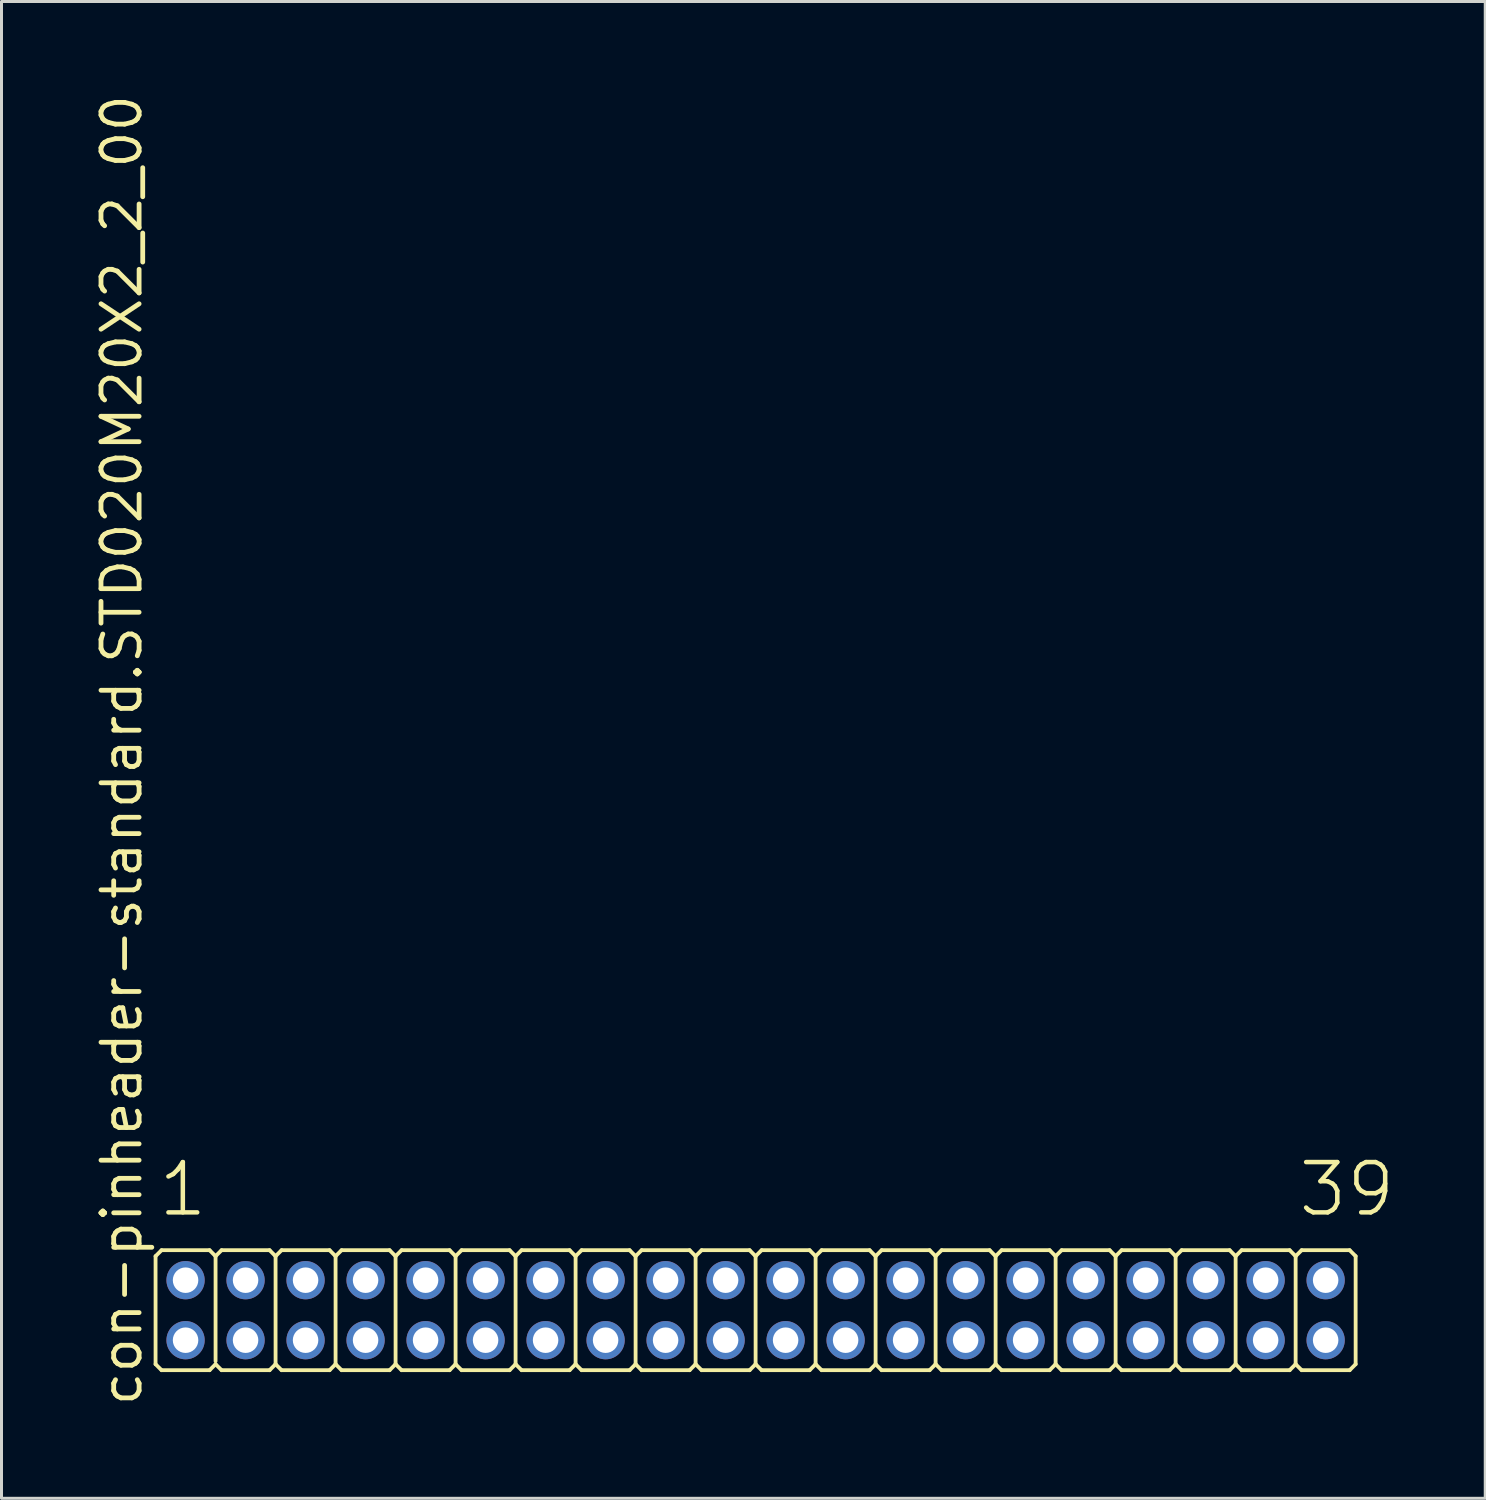
<source format=kicad_pcb>
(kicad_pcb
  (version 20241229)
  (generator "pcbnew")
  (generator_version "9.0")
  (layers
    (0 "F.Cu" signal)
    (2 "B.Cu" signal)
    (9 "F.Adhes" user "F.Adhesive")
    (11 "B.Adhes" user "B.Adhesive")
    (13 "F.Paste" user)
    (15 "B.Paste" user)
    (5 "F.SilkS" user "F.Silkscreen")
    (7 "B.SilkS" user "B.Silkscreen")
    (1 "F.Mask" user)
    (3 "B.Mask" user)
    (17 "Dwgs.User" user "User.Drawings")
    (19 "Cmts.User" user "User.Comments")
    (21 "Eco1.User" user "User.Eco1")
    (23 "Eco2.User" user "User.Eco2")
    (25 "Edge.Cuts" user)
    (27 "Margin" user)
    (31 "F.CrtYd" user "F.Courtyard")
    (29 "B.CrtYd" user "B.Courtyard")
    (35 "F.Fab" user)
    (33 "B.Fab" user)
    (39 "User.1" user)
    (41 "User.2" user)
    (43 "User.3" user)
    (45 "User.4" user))
  (footprint "con-pinheader-standard.STD020M20X2_2_00"
    (layer "F.Cu")
    (at 22.135 40.62)
    (property "Reference" "con-pinheader-standard.STD020M20X2_2_00" (at -20.385 3.27 90) (layer "F.SilkS") (effects (font (size 1.27 1.27) (thickness 0.16)) (justify left bottom)))
    (attr through_hole)
    (fp_line (start -20 1.8) (end -20 -1.8) (stroke (width 0.127) (type default)) (layer "F.SilkS"))
    (fp_line (start -19.8 -2) (end -20 -1.8) (stroke (width 0.127) (type default)) (layer "F.SilkS"))
    (fp_line (start -19.8 -2) (end -18.2 -2) (stroke (width 0.127) (type default)) (layer "F.SilkS"))
    (fp_line (start -19.8 2) (end -20 1.8) (stroke (width 0.127) (type default)) (layer "F.SilkS"))
    (fp_line (start -18.2 -2) (end -18 -1.8) (stroke (width 0.127) (type default)) (layer "F.SilkS"))
    (fp_line (start -18.2 2) (end -19.8 2) (stroke (width 0.127) (type default)) (layer "F.SilkS"))
    (fp_line (start -18.2 2) (end -18 1.8) (stroke (width 0.127) (type default)) (layer "F.SilkS"))
    (fp_line (start -18 -1.8) (end -18 1.7) (stroke (width 0.127) (type default)) (layer "F.SilkS"))
    (fp_line (start -17.8 -2) (end -18 -1.8) (stroke (width 0.127) (type default)) (layer "F.SilkS"))
    (fp_line (start -17.8 -2) (end -16.2 -2) (stroke (width 0.127) (type default)) (layer "F.SilkS"))
    (fp_line (start -17.8 2) (end -18 1.8) (stroke (width 0.127) (type default)) (layer "F.SilkS"))
    (fp_line (start -16.2 -2) (end -16 -1.8) (stroke (width 0.127) (type default)) (layer "F.SilkS"))
    (fp_line (start -16.2 2) (end -17.8 2) (stroke (width 0.127) (type default)) (layer "F.SilkS"))
    (fp_line (start -16.2 2) (end -16 1.8) (stroke (width 0.127) (type default)) (layer "F.SilkS"))
    (fp_line (start -16 -1.8) (end -16 1.8) (stroke (width 0.127) (type default)) (layer "F.SilkS"))
    (fp_line (start -15.8 -2) (end -16 -1.8) (stroke (width 0.127) (type default)) (layer "F.SilkS"))
    (fp_line (start -15.8 -2) (end -14.2 -2) (stroke (width 0.127) (type default)) (layer "F.SilkS"))
    (fp_line (start -15.8 2) (end -16 1.8) (stroke (width 0.127) (type default)) (layer "F.SilkS"))
    (fp_line (start -14.2 -2) (end -14 -1.8) (stroke (width 0.127) (type default)) (layer "F.SilkS"))
    (fp_line (start -14.2 2) (end -15.8 2) (stroke (width 0.127) (type default)) (layer "F.SilkS"))
    (fp_line (start -14.2 2) (end -14 1.8) (stroke (width 0.127) (type default)) (layer "F.SilkS"))
    (fp_line (start -14 -1.8) (end -14 1.8) (stroke (width 0.127) (type default)) (layer "F.SilkS"))
    (fp_line (start -13.8 -2) (end -14 -1.8) (stroke (width 0.127) (type default)) (layer "F.SilkS"))
    (fp_line (start -13.8 -2) (end -12.2 -2) (stroke (width 0.127) (type default)) (layer "F.SilkS"))
    (fp_line (start -13.8 2) (end -14 1.8) (stroke (width 0.127) (type default)) (layer "F.SilkS"))
    (fp_line (start -12.2 -2) (end -12 -1.8) (stroke (width 0.127) (type default)) (layer "F.SilkS"))
    (fp_line (start -12.2 2) (end -13.8 2) (stroke (width 0.127) (type default)) (layer "F.SilkS"))
    (fp_line (start -12.2 2) (end -12 1.8) (stroke (width 0.127) (type default)) (layer "F.SilkS"))
    (fp_line (start -12 -1.8) (end -12 1.8) (stroke (width 0.127) (type default)) (layer "F.SilkS"))
    (fp_line (start -11.8 -2) (end -12 -1.8) (stroke (width 0.127) (type default)) (layer "F.SilkS"))
    (fp_line (start -11.8 -2) (end -10.2 -2) (stroke (width 0.127) (type default)) (layer "F.SilkS"))
    (fp_line (start -11.8 2) (end -12 1.8) (stroke (width 0.127) (type default)) (layer "F.SilkS"))
    (fp_line (start -10.2 -2) (end -10 -1.8) (stroke (width 0.127) (type default)) (layer "F.SilkS"))
    (fp_line (start -10.2 2) (end -11.8 2) (stroke (width 0.127) (type default)) (layer "F.SilkS"))
    (fp_line (start -10.2 2) (end -10 1.8) (stroke (width 0.127) (type default)) (layer "F.SilkS"))
    (fp_line (start -10 -1.8) (end -10 1.8) (stroke (width 0.127) (type default)) (layer "F.SilkS"))
    (fp_line (start -9.8 -2) (end -10 -1.8) (stroke (width 0.127) (type default)) (layer "F.SilkS"))
    (fp_line (start -9.8 -2) (end -8.2 -2) (stroke (width 0.127) (type default)) (layer "F.SilkS"))
    (fp_line (start -9.8 2) (end -10 1.8) (stroke (width 0.127) (type default)) (layer "F.SilkS"))
    (fp_line (start -8.2 -2) (end -8 -1.8) (stroke (width 0.127) (type default)) (layer "F.SilkS"))
    (fp_line (start -8.2 2) (end -9.8 2) (stroke (width 0.127) (type default)) (layer "F.SilkS"))
    (fp_line (start -8.2 2) (end -8 1.8) (stroke (width 0.127) (type default)) (layer "F.SilkS"))
    (fp_line (start -8 -1.8) (end -8 1.8) (stroke (width 0.127) (type default)) (layer "F.SilkS"))
    (fp_line (start -7.8 -2) (end -8 -1.8) (stroke (width 0.127) (type default)) (layer "F.SilkS"))
    (fp_line (start -7.8 -2) (end -6.2 -2) (stroke (width 0.127) (type default)) (layer "F.SilkS"))
    (fp_line (start -7.8 2) (end -8 1.8) (stroke (width 0.127) (type default)) (layer "F.SilkS"))
    (fp_line (start -6.2 -2) (end -6 -1.8) (stroke (width 0.127) (type default)) (layer "F.SilkS"))
    (fp_line (start -6.2 2) (end -7.8 2) (stroke (width 0.127) (type default)) (layer "F.SilkS"))
    (fp_line (start -6.2 2) (end -6 1.8) (stroke (width 0.127) (type default)) (layer "F.SilkS"))
    (fp_line (start -6 -1.8) (end -6 1.8) (stroke (width 0.127) (type default)) (layer "F.SilkS"))
    (fp_line (start -5.8 -2) (end -6 -1.8) (stroke (width 0.127) (type default)) (layer "F.SilkS"))
    (fp_line (start -5.8 -2) (end -4.2 -2) (stroke (width 0.127) (type default)) (layer "F.SilkS"))
    (fp_line (start -5.8 2) (end -6 1.8) (stroke (width 0.127) (type default)) (layer "F.SilkS"))
    (fp_line (start -4.2 -2) (end -4 -1.8) (stroke (width 0.127) (type default)) (layer "F.SilkS"))
    (fp_line (start -4.2 2) (end -5.8 2) (stroke (width 0.127) (type default)) (layer "F.SilkS"))
    (fp_line (start -4.2 2) (end -4 1.8) (stroke (width 0.127) (type default)) (layer "F.SilkS"))
    (fp_line (start -4 -1.8) (end -4 1.8) (stroke (width 0.127) (type default)) (layer "F.SilkS"))
    (fp_line (start -3.8 -2) (end -4 -1.8) (stroke (width 0.127) (type default)) (layer "F.SilkS"))
    (fp_line (start -3.8 -2) (end -2.2 -2) (stroke (width 0.127) (type default)) (layer "F.SilkS"))
    (fp_line (start -3.8 2) (end -4 1.8) (stroke (width 0.127) (type default)) (layer "F.SilkS"))
    (fp_line (start -2.2 -2) (end -2 -1.8) (stroke (width 0.127) (type default)) (layer "F.SilkS"))
    (fp_line (start -2.2 2) (end -3.8 2) (stroke (width 0.127) (type default)) (layer "F.SilkS"))
    (fp_line (start -2.2 2) (end -2 1.8) (stroke (width 0.127) (type default)) (layer "F.SilkS"))
    (fp_line (start -2 -1.8) (end -2 1.8) (stroke (width 0.127) (type default)) (layer "F.SilkS"))
    (fp_line (start -1.8 -2) (end -2 -1.8) (stroke (width 0.127) (type default)) (layer "F.SilkS"))
    (fp_line (start -1.8 -2) (end -0.2 -2) (stroke (width 0.127) (type default)) (layer "F.SilkS"))
    (fp_line (start -1.8 2) (end -2 1.8) (stroke (width 0.127) (type default)) (layer "F.SilkS"))
    (fp_line (start -0.2 -2) (end 0 -1.8) (stroke (width 0.127) (type default)) (layer "F.SilkS"))
    (fp_line (start -0.2 2) (end -1.8 2) (stroke (width 0.127) (type default)) (layer "F.SilkS"))
    (fp_line (start -0.2 2) (end 0 1.8) (stroke (width 0.127) (type default)) (layer "F.SilkS"))
    (fp_line (start 0 -1.8) (end 0 1.8) (stroke (width 0.127) (type default)) (layer "F.SilkS"))
    (fp_line (start 0.2 -2) (end 0 -1.8) (stroke (width 0.127) (type default)) (layer "F.SilkS"))
    (fp_line (start 0.2 -2) (end 1.8 -2) (stroke (width 0.127) (type default)) (layer "F.SilkS"))
    (fp_line (start 0.2 2) (end 0 1.8) (stroke (width 0.127) (type default)) (layer "F.SilkS"))
    (fp_line (start 1.8 -2) (end 2 -1.8) (stroke (width 0.127) (type default)) (layer "F.SilkS"))
    (fp_line (start 1.8 2) (end 0.2 2) (stroke (width 0.127) (type default)) (layer "F.SilkS"))
    (fp_line (start 1.8 2) (end 2 1.8) (stroke (width 0.127) (type default)) (layer "F.SilkS"))
    (fp_line (start 2 -1.8) (end 2 1.8) (stroke (width 0.127) (type default)) (layer "F.SilkS"))
    (fp_line (start 2.2 -2) (end 2 -1.8) (stroke (width 0.127) (type default)) (layer "F.SilkS"))
    (fp_line (start 2.2 -2) (end 3.8 -2) (stroke (width 0.127) (type default)) (layer "F.SilkS"))
    (fp_line (start 2.2 2) (end 2 1.8) (stroke (width 0.127) (type default)) (layer "F.SilkS"))
    (fp_line (start 3.8 -2) (end 4 -1.8) (stroke (width 0.127) (type default)) (layer "F.SilkS"))
    (fp_line (start 3.8 2) (end 2.2 2) (stroke (width 0.127) (type default)) (layer "F.SilkS"))
    (fp_line (start 3.8 2) (end 4 1.8) (stroke (width 0.127) (type default)) (layer "F.SilkS"))
    (fp_line (start 4 -1.8) (end 4 1.8) (stroke (width 0.127) (type default)) (layer "F.SilkS"))
    (fp_line (start 4.2 -2) (end 4 -1.8) (stroke (width 0.127) (type default)) (layer "F.SilkS"))
    (fp_line (start 4.2 -2) (end 5.8 -2) (stroke (width 0.127) (type default)) (layer "F.SilkS"))
    (fp_line (start 4.2 2) (end 4 1.8) (stroke (width 0.127) (type default)) (layer "F.SilkS"))
    (fp_line (start 5.8 -2) (end 6 -1.8) (stroke (width 0.127) (type default)) (layer "F.SilkS"))
    (fp_line (start 5.8 2) (end 4.2 2) (stroke (width 0.127) (type default)) (layer "F.SilkS"))
    (fp_line (start 5.8 2) (end 6 1.8) (stroke (width 0.127) (type default)) (layer "F.SilkS"))
    (fp_line (start 6 -1.8) (end 6 1.8) (stroke (width 0.127) (type default)) (layer "F.SilkS"))
    (fp_line (start 6.2 -2) (end 6 -1.8) (stroke (width 0.127) (type default)) (layer "F.SilkS"))
    (fp_line (start 6.2 -2) (end 7.8 -2) (stroke (width 0.127) (type default)) (layer "F.SilkS"))
    (fp_line (start 6.2 2) (end 6 1.8) (stroke (width 0.127) (type default)) (layer "F.SilkS"))
    (fp_line (start 7.8 -2) (end 8 -1.8) (stroke (width 0.127) (type default)) (layer "F.SilkS"))
    (fp_line (start 7.8 2) (end 6.2 2) (stroke (width 0.127) (type default)) (layer "F.SilkS"))
    (fp_line (start 7.8 2) (end 8 1.8) (stroke (width 0.127) (type default)) (layer "F.SilkS"))
    (fp_line (start 8 -1.8) (end 8 1.8) (stroke (width 0.127) (type default)) (layer "F.SilkS"))
    (fp_line (start 8.2 -2) (end 8 -1.8) (stroke (width 0.127) (type default)) (layer "F.SilkS"))
    (fp_line (start 8.2 -2) (end 9.8 -2) (stroke (width 0.127) (type default)) (layer "F.SilkS"))
    (fp_line (start 8.2 2) (end 8 1.8) (stroke (width 0.127) (type default)) (layer "F.SilkS"))
    (fp_line (start 9.8 -2) (end 10 -1.8) (stroke (width 0.127) (type default)) (layer "F.SilkS"))
    (fp_line (start 9.8 2) (end 8.2 2) (stroke (width 0.127) (type default)) (layer "F.SilkS"))
    (fp_line (start 9.8 2) (end 10 1.8) (stroke (width 0.127) (type default)) (layer "F.SilkS"))
    (fp_line (start 10 -1.8) (end 10 1.8) (stroke (width 0.127) (type default)) (layer "F.SilkS"))
    (fp_line (start 10.2 -2) (end 10 -1.8) (stroke (width 0.127) (type default)) (layer "F.SilkS"))
    (fp_line (start 10.2 -2) (end 11.8 -2) (stroke (width 0.127) (type default)) (layer "F.SilkS"))
    (fp_line (start 10.2 2) (end 10 1.8) (stroke (width 0.127) (type default)) (layer "F.SilkS"))
    (fp_line (start 11.8 -2) (end 12 -1.8) (stroke (width 0.127) (type default)) (layer "F.SilkS"))
    (fp_line (start 11.8 2) (end 10.2 2) (stroke (width 0.127) (type default)) (layer "F.SilkS"))
    (fp_line (start 11.8 2) (end 12 1.8) (stroke (width 0.127) (type default)) (layer "F.SilkS"))
    (fp_line (start 12 -1.8) (end 12 1.8) (stroke (width 0.127) (type default)) (layer "F.SilkS"))
    (fp_line (start 12.2 -2) (end 12 -1.8) (stroke (width 0.127) (type default)) (layer "F.SilkS"))
    (fp_line (start 12.2 -2) (end 13.8 -2) (stroke (width 0.127) (type default)) (layer "F.SilkS"))
    (fp_line (start 12.2 2) (end 12 1.8) (stroke (width 0.127) (type default)) (layer "F.SilkS"))
    (fp_line (start 13.8 -2) (end 14 -1.8) (stroke (width 0.127) (type default)) (layer "F.SilkS"))
    (fp_line (start 13.8 2) (end 12.2 2) (stroke (width 0.127) (type default)) (layer "F.SilkS"))
    (fp_line (start 13.8 2) (end 14 1.8) (stroke (width 0.127) (type default)) (layer "F.SilkS"))
    (fp_line (start 14 -1.8) (end 14 1.8) (stroke (width 0.127) (type default)) (layer "F.SilkS"))
    (fp_line (start 14.2 -2) (end 14 -1.8) (stroke (width 0.127) (type default)) (layer "F.SilkS"))
    (fp_line (start 14.2 -2) (end 15.8 -2) (stroke (width 0.127) (type default)) (layer "F.SilkS"))
    (fp_line (start 14.2 2) (end 14 1.8) (stroke (width 0.127) (type default)) (layer "F.SilkS"))
    (fp_line (start 15.8 -2) (end 16 -1.8) (stroke (width 0.127) (type default)) (layer "F.SilkS"))
    (fp_line (start 15.8 2) (end 14.2 2) (stroke (width 0.127) (type default)) (layer "F.SilkS"))
    (fp_line (start 15.8 2) (end 16 1.8) (stroke (width 0.127) (type default)) (layer "F.SilkS"))
    (fp_line (start 16 -1.8) (end 16 1.8) (stroke (width 0.127) (type default)) (layer "F.SilkS"))
    (fp_line (start 16.2 -2) (end 16 -1.8) (stroke (width 0.127) (type default)) (layer "F.SilkS"))
    (fp_line (start 16.2 -2) (end 17.8 -2) (stroke (width 0.127) (type default)) (layer "F.SilkS"))
    (fp_line (start 16.2 2) (end 16 1.8) (stroke (width 0.127) (type default)) (layer "F.SilkS"))
    (fp_line (start 17.8 -2) (end 18 -1.8) (stroke (width 0.127) (type default)) (layer "F.SilkS"))
    (fp_line (start 17.8 2) (end 16.2 2) (stroke (width 0.127) (type default)) (layer "F.SilkS"))
    (fp_line (start 17.8 2) (end 18 1.8) (stroke (width 0.127) (type default)) (layer "F.SilkS"))
    (fp_line (start 18 -1.8) (end 18 1.8) (stroke (width 0.127) (type default)) (layer "F.SilkS"))
    (fp_line (start 18.2 -2) (end 18 -1.8) (stroke (width 0.127) (type default)) (layer "F.SilkS"))
    (fp_line (start 18.2 -2) (end 19.8 -2) (stroke (width 0.127) (type default)) (layer "F.SilkS"))
    (fp_line (start 18.2 2) (end 18 1.8) (stroke (width 0.127) (type default)) (layer "F.SilkS"))
    (fp_line (start 19.8 -2) (end 20 -1.8) (stroke (width 0.127) (type default)) (layer "F.SilkS"))
    (fp_line (start 19.8 2) (end 18.2 2) (stroke (width 0.127) (type default)) (layer "F.SilkS"))
    (fp_line (start 19.8 2) (end 20 1.8) (stroke (width 0.127) (type default)) (layer "F.SilkS"))
    (fp_line (start 20 -1.8) (end 20 1.8) (stroke (width 0.127) (type default)) (layer "F.SilkS"))
    (fp_rect (start -19.25 -0.75) (end -18.75 -1.25) (stroke (width 0.05) (type default)) (fill no) (layer "F.Fab"))
    (fp_rect (start -19.25 1.25) (end -18.75 0.75) (stroke (width 0.05) (type default)) (fill no) (layer "F.Fab"))
    (fp_rect (start -17.25 -0.75) (end -16.75 -1.25) (stroke (width 0.05) (type default)) (fill no) (layer "F.Fab"))
    (fp_rect (start -17.25 1.25) (end -16.75 0.75) (stroke (width 0.05) (type default)) (fill no) (layer "F.Fab"))
    (fp_rect (start -15.25 -0.75) (end -14.75 -1.25) (stroke (width 0.05) (type default)) (fill no) (layer "F.Fab"))
    (fp_rect (start -15.25 1.25) (end -14.75 0.75) (stroke (width 0.05) (type default)) (fill no) (layer "F.Fab"))
    (fp_rect (start -13.25 -0.75) (end -12.75 -1.25) (stroke (width 0.05) (type default)) (fill no) (layer "F.Fab"))
    (fp_rect (start -13.25 1.25) (end -12.75 0.75) (stroke (width 0.05) (type default)) (fill no) (layer "F.Fab"))
    (fp_rect (start -11.25 -0.75) (end -10.75 -1.25) (stroke (width 0.05) (type default)) (fill no) (layer "F.Fab"))
    (fp_rect (start -11.25 1.25) (end -10.75 0.75) (stroke (width 0.05) (type default)) (fill no) (layer "F.Fab"))
    (fp_rect (start -9.25 -0.75) (end -8.75 -1.25) (stroke (width 0.05) (type default)) (fill no) (layer "F.Fab"))
    (fp_rect (start -9.25 1.25) (end -8.75 0.75) (stroke (width 0.05) (type default)) (fill no) (layer "F.Fab"))
    (fp_rect (start -7.25 -0.75) (end -6.75 -1.25) (stroke (width 0.05) (type default)) (fill no) (layer "F.Fab"))
    (fp_rect (start -7.25 1.25) (end -6.75 0.75) (stroke (width 0.05) (type default)) (fill no) (layer "F.Fab"))
    (fp_rect (start -5.25 -0.75) (end -4.75 -1.25) (stroke (width 0.05) (type default)) (fill no) (layer "F.Fab"))
    (fp_rect (start -5.25 1.25) (end -4.75 0.75) (stroke (width 0.05) (type default)) (fill no) (layer "F.Fab"))
    (fp_rect (start -3.25 -0.75) (end -2.75 -1.25) (stroke (width 0.05) (type default)) (fill no) (layer "F.Fab"))
    (fp_rect (start -3.25 1.25) (end -2.75 0.75) (stroke (width 0.05) (type default)) (fill no) (layer "F.Fab"))
    (fp_rect (start -1.25 -0.75) (end -0.75 -1.25) (stroke (width 0.05) (type default)) (fill no) (layer "F.Fab"))
    (fp_rect (start -1.25 1.25) (end -0.75 0.75) (stroke (width 0.05) (type default)) (fill no) (layer "F.Fab"))
    (fp_rect (start 0.75 -0.75) (end 1.25 -1.25) (stroke (width 0.05) (type default)) (fill no) (layer "F.Fab"))
    (fp_rect (start 0.75 1.25) (end 1.25 0.75) (stroke (width 0.05) (type default)) (fill no) (layer "F.Fab"))
    (fp_rect (start 2.75 -0.75) (end 3.25 -1.25) (stroke (width 0.05) (type default)) (fill no) (layer "F.Fab"))
    (fp_rect (start 2.75 1.25) (end 3.25 0.75) (stroke (width 0.05) (type default)) (fill no) (layer "F.Fab"))
    (fp_rect (start 4.75 -0.75) (end 5.25 -1.25) (stroke (width 0.05) (type default)) (fill no) (layer "F.Fab"))
    (fp_rect (start 4.75 1.25) (end 5.25 0.75) (stroke (width 0.05) (type default)) (fill no) (layer "F.Fab"))
    (fp_rect (start 6.75 -0.75) (end 7.25 -1.25) (stroke (width 0.05) (type default)) (fill no) (layer "F.Fab"))
    (fp_rect (start 6.75 1.25) (end 7.25 0.75) (stroke (width 0.05) (type default)) (fill no) (layer "F.Fab"))
    (fp_rect (start 8.75 -0.75) (end 9.25 -1.25) (stroke (width 0.05) (type default)) (fill no) (layer "F.Fab"))
    (fp_rect (start 8.75 1.25) (end 9.25 0.75) (stroke (width 0.05) (type default)) (fill no) (layer "F.Fab"))
    (fp_rect (start 10.75 -0.75) (end 11.25 -1.25) (stroke (width 0.05) (type default)) (fill no) (layer "F.Fab"))
    (fp_rect (start 10.75 1.25) (end 11.25 0.75) (stroke (width 0.05) (type default)) (fill no) (layer "F.Fab"))
    (fp_rect (start 12.75 -0.75) (end 13.25 -1.25) (stroke (width 0.05) (type default)) (fill no) (layer "F.Fab"))
    (fp_rect (start 12.75 1.25) (end 13.25 0.75) (stroke (width 0.05) (type default)) (fill no) (layer "F.Fab"))
    (fp_rect (start 14.75 -0.75) (end 15.25 -1.25) (stroke (width 0.05) (type default)) (fill no) (layer "F.Fab"))
    (fp_rect (start 14.75 1.25) (end 15.25 0.75) (stroke (width 0.05) (type default)) (fill no) (layer "F.Fab"))
    (fp_rect (start 16.75 -0.75) (end 17.25 -1.25) (stroke (width 0.05) (type default)) (fill no) (layer "F.Fab"))
    (fp_rect (start 16.75 1.25) (end 17.25 0.75) (stroke (width 0.05) (type default)) (fill no) (layer "F.Fab"))
    (fp_rect (start 18.75 -0.75) (end 19.25 -1.25) (stroke (width 0.05) (type default)) (fill no) (layer "F.Fab"))
    (fp_rect (start 18.75 1.25) (end 19.25 0.75) (stroke (width 0.05) (type default)) (fill no) (layer "F.Fab"))
    (fp_text user "39" (at 18.012 -3.048 0) (layer "F.SilkS") (effects (font (size 1.676 1.676) (thickness 0.15)) (justify left bottom)))
    (fp_text user "1" (at -19.988 -3.048 0) (layer "F.SilkS") (effects (font (size 1.676 1.676) (thickness 0.15)) (justify left bottom)))
    (pad "1" thru_hole circle (at -19 -1) (size 1.275 1.275) (drill 0.85) (layers "*.Cu" "*.Mask"))
    (pad "2" thru_hole circle (at -19 1) (size 1.275 1.275) (drill 0.85) (layers "*.Cu" "*.Mask"))
    (pad "3" thru_hole circle (at -17 -1) (size 1.275 1.275) (drill 0.85) (layers "*.Cu" "*.Mask"))
    (pad "4" thru_hole circle (at -17 1) (size 1.275 1.275) (drill 0.85) (layers "*.Cu" "*.Mask"))
    (pad "5" thru_hole circle (at -15 -1) (size 1.275 1.275) (drill 0.85) (layers "*.Cu" "*.Mask"))
    (pad "6" thru_hole circle (at -15 1) (size 1.275 1.275) (drill 0.85) (layers "*.Cu" "*.Mask"))
    (pad "7" thru_hole circle (at -13 -1) (size 1.275 1.275) (drill 0.85) (layers "*.Cu" "*.Mask"))
    (pad "8" thru_hole circle (at -13 1) (size 1.275 1.275) (drill 0.85) (layers "*.Cu" "*.Mask"))
    (pad "9" thru_hole circle (at -11 -1) (size 1.275 1.275) (drill 0.85) (layers "*.Cu" "*.Mask"))
    (pad "10" thru_hole circle (at -11 1) (size 1.275 1.275) (drill 0.85) (layers "*.Cu" "*.Mask"))
    (pad "11" thru_hole circle (at -9 -1) (size 1.275 1.275) (drill 0.85) (layers "*.Cu" "*.Mask"))
    (pad "12" thru_hole circle (at -9 1) (size 1.275 1.275) (drill 0.85) (layers "*.Cu" "*.Mask"))
    (pad "13" thru_hole circle (at -7 -1) (size 1.275 1.275) (drill 0.85) (layers "*.Cu" "*.Mask"))
    (pad "14" thru_hole circle (at -7 1) (size 1.275 1.275) (drill 0.85) (layers "*.Cu" "*.Mask"))
    (pad "15" thru_hole circle (at -5 -1) (size 1.275 1.275) (drill 0.85) (layers "*.Cu" "*.Mask"))
    (pad "16" thru_hole circle (at -5 1) (size 1.275 1.275) (drill 0.85) (layers "*.Cu" "*.Mask"))
    (pad "17" thru_hole circle (at -3 -1) (size 1.275 1.275) (drill 0.85) (layers "*.Cu" "*.Mask"))
    (pad "18" thru_hole circle (at -3 1) (size 1.275 1.275) (drill 0.85) (layers "*.Cu" "*.Mask"))
    (pad "19" thru_hole circle (at -1 -1) (size 1.275 1.275) (drill 0.85) (layers "*.Cu" "*.Mask"))
    (pad "20" thru_hole circle (at -1 1) (size 1.275 1.275) (drill 0.85) (layers "*.Cu" "*.Mask"))
    (pad "21" thru_hole circle (at 1 -1) (size 1.275 1.275) (drill 0.85) (layers "*.Cu" "*.Mask"))
    (pad "22" thru_hole circle (at 1 1) (size 1.275 1.275) (drill 0.85) (layers "*.Cu" "*.Mask"))
    (pad "23" thru_hole circle (at 3 -1) (size 1.275 1.275) (drill 0.85) (layers "*.Cu" "*.Mask"))
    (pad "24" thru_hole circle (at 3 1) (size 1.275 1.275) (drill 0.85) (layers "*.Cu" "*.Mask"))
    (pad "25" thru_hole circle (at 5 -1) (size 1.275 1.275) (drill 0.85) (layers "*.Cu" "*.Mask"))
    (pad "26" thru_hole circle (at 5 1) (size 1.275 1.275) (drill 0.85) (layers "*.Cu" "*.Mask"))
    (pad "27" thru_hole circle (at 7 -1) (size 1.275 1.275) (drill 0.85) (layers "*.Cu" "*.Mask"))
    (pad "28" thru_hole circle (at 7 1) (size 1.275 1.275) (drill 0.85) (layers "*.Cu" "*.Mask"))
    (pad "29" thru_hole circle (at 9 -1) (size 1.275 1.275) (drill 0.85) (layers "*.Cu" "*.Mask"))
    (pad "30" thru_hole circle (at 9 1) (size 1.275 1.275) (drill 0.85) (layers "*.Cu" "*.Mask"))
    (pad "31" thru_hole circle (at 11 -1) (size 1.275 1.275) (drill 0.85) (layers "*.Cu" "*.Mask"))
    (pad "32" thru_hole circle (at 11 1) (size 1.275 1.275) (drill 0.85) (layers "*.Cu" "*.Mask"))
    (pad "33" thru_hole circle (at 13 -1) (size 1.275 1.275) (drill 0.85) (layers "*.Cu" "*.Mask"))
    (pad "34" thru_hole circle (at 13 1) (size 1.275 1.275) (drill 0.85) (layers "*.Cu" "*.Mask"))
    (pad "35" thru_hole circle (at 15 -1) (size 1.275 1.275) (drill 0.85) (layers "*.Cu" "*.Mask"))
    (pad "36" thru_hole circle (at 15 1) (size 1.275 1.275) (drill 0.85) (layers "*.Cu" "*.Mask"))
    (pad "37" thru_hole circle (at 17 -1) (size 1.275 1.275) (drill 0.85) (layers "*.Cu" "*.Mask"))
    (pad "38" thru_hole circle (at 17 1) (size 1.275 1.275) (drill 0.85) (layers "*.Cu" "*.Mask"))
    (pad "39" thru_hole circle (at 19 -1) (size 1.275 1.275) (drill 0.85) (layers "*.Cu" "*.Mask"))
    (pad "40" thru_hole circle (at 19 1) (size 1.275 1.275) (drill 0.85) (layers "*.Cu" "*.Mask")))
  (gr_rect
    (start -3 -3)
    (end 46.455 46.89)
    (stroke (width 0.1) (type default))
    (fill no)
    (layer "Edge.Cuts")))
</source>
